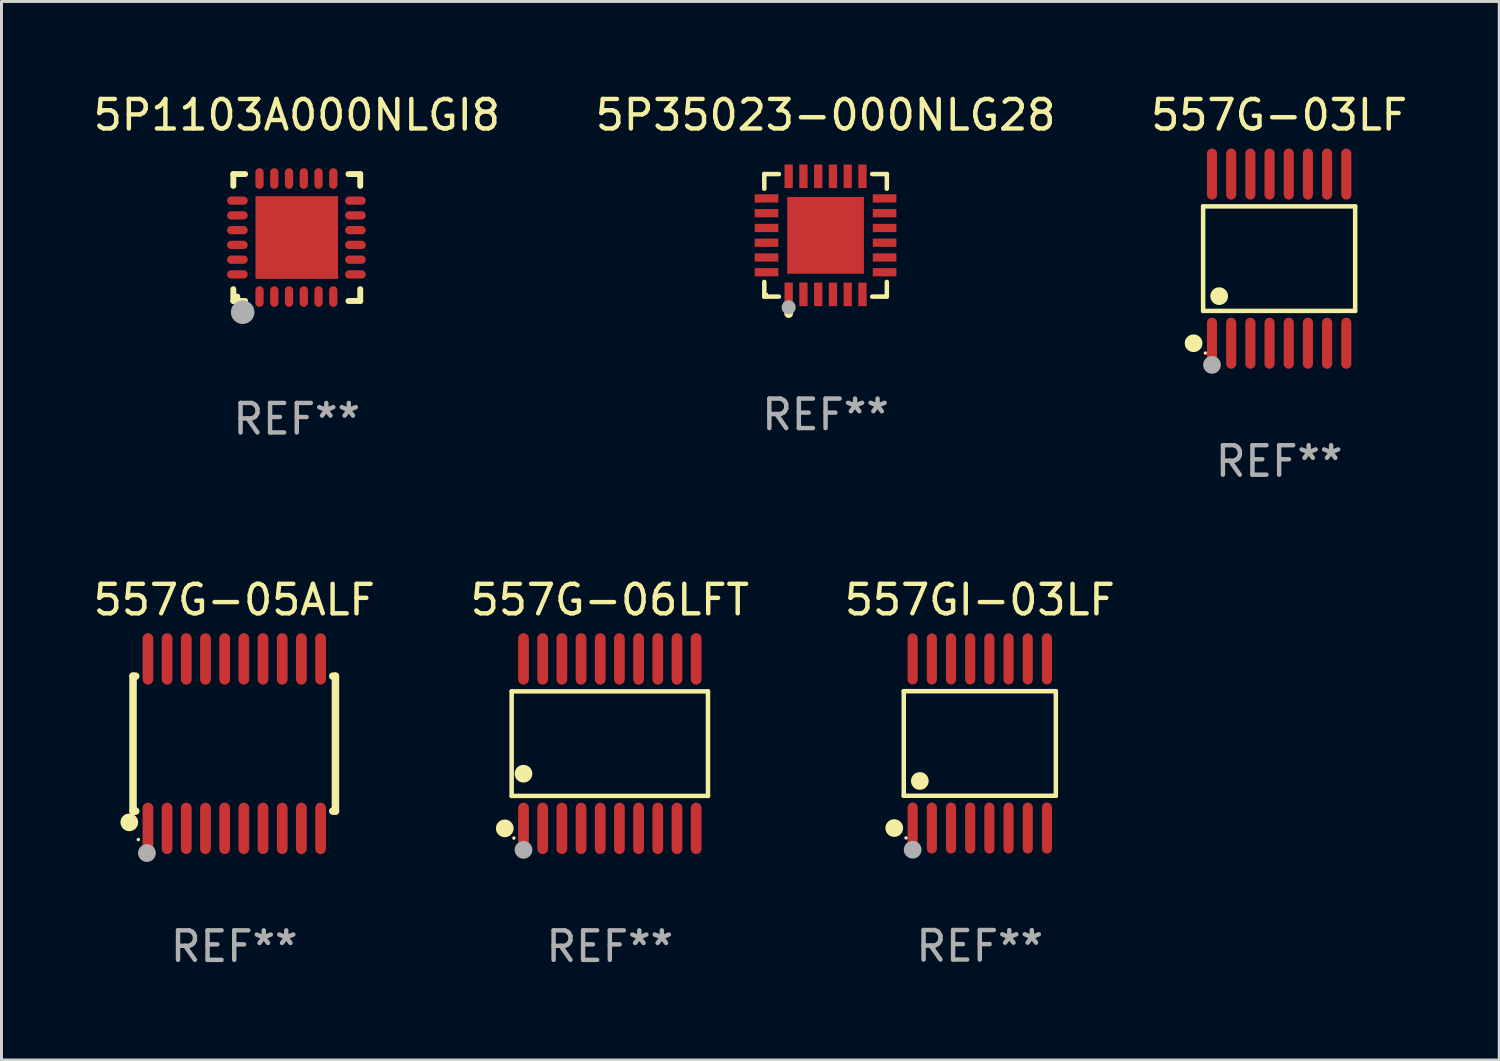
<source format=kicad_pcb>
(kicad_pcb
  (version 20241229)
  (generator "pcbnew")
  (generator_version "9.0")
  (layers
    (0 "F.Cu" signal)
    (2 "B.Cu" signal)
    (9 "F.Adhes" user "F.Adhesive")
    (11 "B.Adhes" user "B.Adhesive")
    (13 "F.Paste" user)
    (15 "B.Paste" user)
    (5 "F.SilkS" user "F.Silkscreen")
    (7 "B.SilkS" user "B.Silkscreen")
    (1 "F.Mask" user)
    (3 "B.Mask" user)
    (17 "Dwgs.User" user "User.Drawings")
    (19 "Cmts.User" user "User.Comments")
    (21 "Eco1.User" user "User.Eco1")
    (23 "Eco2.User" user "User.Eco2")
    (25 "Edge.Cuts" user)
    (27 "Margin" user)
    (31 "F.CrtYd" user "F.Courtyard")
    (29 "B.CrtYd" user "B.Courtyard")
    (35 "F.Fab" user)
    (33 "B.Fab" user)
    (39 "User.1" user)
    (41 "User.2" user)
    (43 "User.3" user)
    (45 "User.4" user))
  (footprint "557G-03LF"
    (layer "F.Cu")
    (at 40.292 5.714)
    (property "Reference" "557G-03LF" (at 0 -4.866 0) (layer "F.SilkS") (effects (font (size 1 1) (thickness 0.15))))
    (attr through_hole)
    (fp_line (start -2.576 -1.772) (end 2.576 -1.772) (stroke (width 0.152) (type solid)) (layer "F.SilkS"))
    (fp_line (start -2.576 1.771) (end -2.576 -1.772) (stroke (width 0.152) (type solid)) (layer "F.SilkS"))
    (fp_line (start 2.576 -1.772) (end 2.576 1.771) (stroke (width 0.152) (type solid)) (layer "F.SilkS"))
    (fp_line (start 2.576 1.771) (end -2.576 1.771) (stroke (width 0.152) (type solid)) (layer "F.SilkS"))
    (fp_circle (center -2.899 2.866) (end -2.749 2.866) (stroke (width 0.3) (type solid)) (fill no) (layer "F.SilkS"))
    (fp_circle (center -2.5 3.2) (end -2.47 3.2) (stroke (width 0.06) (type solid)) (fill no) (layer "F.SilkS"))
    (fp_circle (center -2.032 1.27) (end -1.882 1.27) (stroke (width 0.3) (type solid)) (fill no) (layer "F.SilkS"))
    (fp_circle (center -2.275 3.6) (end -2.125 3.6) (stroke (width 0.3) (type solid)) (fill no) (layer "F.Fab"))
    (fp_text user "REF**" (at 0 6.866 0) (layer "F.Fab") (effects (font (size 1 1) (thickness 0.15))))
    (pad "1" smd oval (at -2.275 2.866) (size 0.343 1.731) (layers "F.Cu" "F.Mask" "F.Paste"))
    (pad "2" smd oval (at -1.625 2.866) (size 0.343 1.731) (layers "F.Cu" "F.Mask" "F.Paste"))
    (pad "3" smd oval (at -0.975 2.866) (size 0.343 1.731) (layers "F.Cu" "F.Mask" "F.Paste"))
    (pad "4" smd oval (at -0.325 2.866) (size 0.343 1.731) (layers "F.Cu" "F.Mask" "F.Paste"))
    (pad "5" smd oval (at 0.325 2.866) (size 0.343 1.731) (layers "F.Cu" "F.Mask" "F.Paste"))
    (pad "6" smd oval (at 0.975 2.866) (size 0.343 1.731) (layers "F.Cu" "F.Mask" "F.Paste"))
    (pad "7" smd oval (at 1.625 2.866) (size 0.343 1.731) (layers "F.Cu" "F.Mask" "F.Paste"))
    (pad "8" smd oval (at 2.275 2.866) (size 0.343 1.731) (layers "F.Cu" "F.Mask" "F.Paste"))
    (pad "9" smd oval (at 2.275 -2.866) (size 0.343 1.731) (layers "F.Cu" "F.Mask" "F.Paste"))
    (pad "10" smd oval (at 1.625 -2.866) (size 0.343 1.731) (layers "F.Cu" "F.Mask" "F.Paste"))
    (pad "11" smd oval (at 0.975 -2.866) (size 0.343 1.731) (layers "F.Cu" "F.Mask" "F.Paste"))
    (pad "12" smd oval (at 0.325 -2.866) (size 0.343 1.731) (layers "F.Cu" "F.Mask" "F.Paste"))
    (pad "13" smd oval (at -0.325 -2.866) (size 0.343 1.731) (layers "F.Cu" "F.Mask" "F.Paste"))
    (pad "14" smd oval (at -0.975 -2.866) (size 0.343 1.731) (layers "F.Cu" "F.Mask" "F.Paste"))
    (pad "15" smd oval (at -1.625 -2.866) (size 0.343 1.731) (layers "F.Cu" "F.Mask" "F.Paste"))
    (pad "16" smd oval (at -2.275 -2.866) (size 0.343 1.731) (layers "F.Cu" "F.Mask" "F.Paste")))
  (footprint "5P35023-000NLG28"
    (layer "F.Cu")
    (at 24.923 4.924)
    (property "Reference" "5P35023-000NLG28" (at 0 -4.076 0) (layer "F.SilkS") (effects (font (size 1 1) (thickness 0.15))))
    (attr through_hole)
    (fp_line (start -2.076 -2.076) (end -1.58 -2.076) (stroke (width 0.152) (type solid)) (layer "F.SilkS"))
    (fp_line (start -2.076 -1.58) (end -2.076 -2.076) (stroke (width 0.152) (type solid)) (layer "F.SilkS"))
    (fp_line (start -2.076 1.58) (end -2.076 2.076) (stroke (width 0.152) (type solid)) (layer "F.SilkS"))
    (fp_line (start -2.076 2.076) (end -1.58 2.076) (stroke (width 0.152) (type solid)) (layer "F.SilkS"))
    (fp_line (start 2.076 -2.076) (end 1.58 -2.076) (stroke (width 0.152) (type solid)) (layer "F.SilkS"))
    (fp_line (start 2.076 -1.58) (end 2.076 -2.076) (stroke (width 0.152) (type solid)) (layer "F.SilkS"))
    (fp_line (start 2.076 1.58) (end 2.076 2.076) (stroke (width 0.152) (type solid)) (layer "F.SilkS"))
    (fp_line (start 2.076 2.076) (end 1.58 2.076) (stroke (width 0.152) (type solid)) (layer "F.SilkS"))
    (fp_circle (center -2 2) (end -1.97 2) (stroke (width 0.06) (type solid)) (fill no) (layer "F.SilkS"))
    (fp_circle (center -1.25 2.65) (end -1.175 2.65) (stroke (width 0.15) (type solid)) (fill no) (layer "F.SilkS"))
    (fp_circle (center -1.25 2.44) (end -1.13 2.44) (stroke (width 0.24) (type solid)) (fill no) (layer "F.Fab"))
    (fp_text user "REF**" (at 0 6.076 0) (layer "F.Fab") (effects (font (size 1 1) (thickness 0.15))))
    (pad "1" smd rect (at -1.25 2) (size 0.28 0.8) (layers "F.Cu" "F.Mask" "F.Paste"))
    (pad "2" smd rect (at -0.75 2) (size 0.28 0.8) (layers "F.Cu" "F.Mask" "F.Paste"))
    (pad "3" smd rect (at -0.25 2) (size 0.28 0.8) (layers "F.Cu" "F.Mask" "F.Paste"))
    (pad "4" smd rect (at 0.25 2) (size 0.28 0.8) (layers "F.Cu" "F.Mask" "F.Paste"))
    (pad "5" smd rect (at 0.75 2) (size 0.28 0.8) (layers "F.Cu" "F.Mask" "F.Paste"))
    (pad "6" smd rect (at 1.25 2) (size 0.28 0.8) (layers "F.Cu" "F.Mask" "F.Paste"))
    (pad "7" smd rect (at 2 1.25) (size 0.8 0.28) (layers "F.Cu" "F.Mask" "F.Paste"))
    (pad "8" smd rect (at 2 0.75) (size 0.8 0.28) (layers "F.Cu" "F.Mask" "F.Paste"))
    (pad "9" smd rect (at 2 0.25) (size 0.8 0.28) (layers "F.Cu" "F.Mask" "F.Paste"))
    (pad "10" smd rect (at 2 -0.25) (size 0.8 0.28) (layers "F.Cu" "F.Mask" "F.Paste"))
    (pad "11" smd rect (at 2 -0.75) (size 0.8 0.28) (layers "F.Cu" "F.Mask" "F.Paste"))
    (pad "12" smd rect (at 2 -1.25) (size 0.8 0.28) (layers "F.Cu" "F.Mask" "F.Paste"))
    (pad "13" smd rect (at 1.25 -2) (size 0.28 0.8) (layers "F.Cu" "F.Mask" "F.Paste"))
    (pad "14" smd rect (at 0.75 -2) (size 0.28 0.8) (layers "F.Cu" "F.Mask" "F.Paste"))
    (pad "15" smd rect (at 0.25 -2) (size 0.28 0.8) (layers "F.Cu" "F.Mask" "F.Paste"))
    (pad "16" smd rect (at -0.25 -2) (size 0.28 0.8) (layers "F.Cu" "F.Mask" "F.Paste"))
    (pad "17" smd rect (at -0.75 -2) (size 0.28 0.8) (layers "F.Cu" "F.Mask" "F.Paste"))
    (pad "18" smd rect (at -1.25 -2) (size 0.28 0.8) (layers "F.Cu" "F.Mask" "F.Paste"))
    (pad "19" smd rect (at -2 -1.25) (size 0.8 0.28) (layers "F.Cu" "F.Mask" "F.Paste"))
    (pad "20" smd rect (at -2 -0.75) (size 0.8 0.28) (layers "F.Cu" "F.Mask" "F.Paste"))
    (pad "21" smd rect (at -2 -0.25) (size 0.8 0.28) (layers "F.Cu" "F.Mask" "F.Paste"))
    (pad "22" smd rect (at -2 0.25) (size 0.8 0.28) (layers "F.Cu" "F.Mask" "F.Paste"))
    (pad "23" smd rect (at -2 0.75) (size 0.8 0.28) (layers "F.Cu" "F.Mask" "F.Paste"))
    (pad "24" smd rect (at -2 1.25) (size 0.8 0.28) (layers "F.Cu" "F.Mask" "F.Paste"))
    (pad "25" smd rect (at 0 0) (size 2.6 2.6) (layers "F.Cu" "F.Mask" "F.Paste")))
  (footprint "557G-05ALF"
    (layer "F.Cu")
    (at 4.887 22.147)
    (property "Reference" "557G-05ALF" (at 0 -4.871 0) (layer "F.SilkS") (effects (font (size 1 1) (thickness 0.15))))
    (attr through_hole)
    (fp_line (start -3.429 -2.286) (end -3.429 2.286) (stroke (width 0.254) (type solid)) (layer "F.SilkS"))
    (fp_line (start -3.429 2.286) (end -3.338 2.286) (stroke (width 0.254) (type solid)) (layer "F.SilkS"))
    (fp_line (start -3.338 -2.286) (end -3.429 -2.286) (stroke (width 0.254) (type solid)) (layer "F.SilkS"))
    (fp_line (start 3.338 -2.286) (end 3.429 -2.286) (stroke (width 0.254) (type solid)) (layer "F.SilkS"))
    (fp_line (start 3.429 -2.286) (end 3.429 2.286) (stroke (width 0.254) (type solid)) (layer "F.SilkS"))
    (fp_line (start 3.429 2.286) (end 3.338 2.286) (stroke (width 0.254) (type solid)) (layer "F.SilkS"))
    (fp_circle (center -3.556 2.667) (end -3.406 2.667) (stroke (width 0.3) (type solid)) (fill no) (layer "F.SilkS"))
    (fp_circle (center -3.25 3.25) (end -3.22 3.25) (stroke (width 0.06) (type solid)) (fill no) (layer "F.SilkS"))
    (fp_circle (center -2.959 3.707) (end -2.808 3.707) (stroke (width 0.3) (type solid)) (fill no) (layer "F.Fab"))
    (fp_text user "REF**" (at 0 6.871 0) (layer "F.Fab") (effects (font (size 1 1) (thickness 0.15))))
    (pad "1" smd oval (at -2.925 2.871) (size 0.364 1.742) (layers "F.Cu" "F.Mask" "F.Paste"))
    (pad "2" smd oval (at -2.275 2.871) (size 0.364 1.742) (layers "F.Cu" "F.Mask" "F.Paste"))
    (pad "3" smd oval (at -1.625 2.871) (size 0.364 1.742) (layers "F.Cu" "F.Mask" "F.Paste"))
    (pad "4" smd oval (at -0.975 2.871) (size 0.364 1.742) (layers "F.Cu" "F.Mask" "F.Paste"))
    (pad "5" smd oval (at -0.325 2.871) (size 0.364 1.742) (layers "F.Cu" "F.Mask" "F.Paste"))
    (pad "6" smd oval (at 0.325 2.871) (size 0.364 1.742) (layers "F.Cu" "F.Mask" "F.Paste"))
    (pad "7" smd oval (at 0.975 2.871) (size 0.364 1.742) (layers "F.Cu" "F.Mask" "F.Paste"))
    (pad "8" smd oval (at 1.625 2.871) (size 0.364 1.742) (layers "F.Cu" "F.Mask" "F.Paste"))
    (pad "9" smd oval (at 2.275 2.871) (size 0.364 1.742) (layers "F.Cu" "F.Mask" "F.Paste"))
    (pad "10" smd oval (at 2.925 2.871) (size 0.364 1.742) (layers "F.Cu" "F.Mask" "F.Paste"))
    (pad "11" smd oval (at 2.925 -2.871) (size 0.364 1.742) (layers "F.Cu" "F.Mask" "F.Paste"))
    (pad "12" smd oval (at 2.275 -2.871) (size 0.364 1.742) (layers "F.Cu" "F.Mask" "F.Paste"))
    (pad "13" smd oval (at 1.625 -2.871) (size 0.364 1.742) (layers "F.Cu" "F.Mask" "F.Paste"))
    (pad "14" smd oval (at 0.975 -2.871) (size 0.364 1.742) (layers "F.Cu" "F.Mask" "F.Paste"))
    (pad "15" smd oval (at 0.325 -2.871) (size 0.364 1.742) (layers "F.Cu" "F.Mask" "F.Paste"))
    (pad "16" smd oval (at -0.325 -2.871) (size 0.364 1.742) (layers "F.Cu" "F.Mask" "F.Paste"))
    (pad "17" smd oval (at -0.975 -2.871) (size 0.364 1.742) (layers "F.Cu" "F.Mask" "F.Paste"))
    (pad "18" smd oval (at -1.625 -2.871) (size 0.364 1.742) (layers "F.Cu" "F.Mask" "F.Paste"))
    (pad "19" smd oval (at -2.275 -2.871) (size 0.364 1.742) (layers "F.Cu" "F.Mask" "F.Paste"))
    (pad "20" smd oval (at -2.925 -2.871) (size 0.364 1.742) (layers "F.Cu" "F.Mask" "F.Paste")))
  (footprint "557G-06LFT"
    (layer "F.Cu")
    (at 17.613 22.147)
    (property "Reference" "557G-06LFT" (at 0 -4.871 0) (layer "F.SilkS") (effects (font (size 1 1) (thickness 0.15))))
    (attr through_hole)
    (fp_line (start -3.326 -1.771) (end 3.326 -1.771) (stroke (width 0.152) (type solid)) (layer "F.SilkS"))
    (fp_line (start -3.326 1.771) (end -3.326 -1.771) (stroke (width 0.152) (type solid)) (layer "F.SilkS"))
    (fp_line (start 3.326 -1.771) (end 3.326 1.771) (stroke (width 0.152) (type solid)) (layer "F.SilkS"))
    (fp_line (start 3.326 1.771) (end -3.326 1.771) (stroke (width 0.152) (type solid)) (layer "F.SilkS"))
    (fp_circle (center -3.559 2.871) (end -3.409 2.871) (stroke (width 0.3) (type solid)) (fill no) (layer "F.SilkS"))
    (fp_circle (center -3.25 3.2) (end -3.22 3.2) (stroke (width 0.06) (type solid)) (fill no) (layer "F.SilkS"))
    (fp_circle (center -2.925 1.019) (end -2.775 1.019) (stroke (width 0.3) (type solid)) (fill no) (layer "F.SilkS"))
    (fp_circle (center -2.925 3.6) (end -2.775 3.6) (stroke (width 0.3) (type solid)) (fill no) (layer "F.Fab"))
    (fp_text user "REF**" (at 0 6.871 0) (layer "F.Fab") (effects (font (size 1 1) (thickness 0.15))))
    (pad "1" smd oval (at -2.925 2.871) (size 0.364 1.742) (layers "F.Cu" "F.Mask" "F.Paste"))
    (pad "2" smd oval (at -2.275 2.871) (size 0.364 1.742) (layers "F.Cu" "F.Mask" "F.Paste"))
    (pad "3" smd oval (at -1.625 2.871) (size 0.364 1.742) (layers "F.Cu" "F.Mask" "F.Paste"))
    (pad "4" smd oval (at -0.975 2.871) (size 0.364 1.742) (layers "F.Cu" "F.Mask" "F.Paste"))
    (pad "5" smd oval (at -0.325 2.871) (size 0.364 1.742) (layers "F.Cu" "F.Mask" "F.Paste"))
    (pad "6" smd oval (at 0.325 2.871) (size 0.364 1.742) (layers "F.Cu" "F.Mask" "F.Paste"))
    (pad "7" smd oval (at 0.975 2.871) (size 0.364 1.742) (layers "F.Cu" "F.Mask" "F.Paste"))
    (pad "8" smd oval (at 1.625 2.871) (size 0.364 1.742) (layers "F.Cu" "F.Mask" "F.Paste"))
    (pad "9" smd oval (at 2.275 2.871) (size 0.364 1.742) (layers "F.Cu" "F.Mask" "F.Paste"))
    (pad "10" smd oval (at 2.925 2.871) (size 0.364 1.742) (layers "F.Cu" "F.Mask" "F.Paste"))
    (pad "11" smd oval (at 2.925 -2.871) (size 0.364 1.742) (layers "F.Cu" "F.Mask" "F.Paste"))
    (pad "12" smd oval (at 2.275 -2.871) (size 0.364 1.742) (layers "F.Cu" "F.Mask" "F.Paste"))
    (pad "13" smd oval (at 1.625 -2.871) (size 0.364 1.742) (layers "F.Cu" "F.Mask" "F.Paste"))
    (pad "14" smd oval (at 0.975 -2.871) (size 0.364 1.742) (layers "F.Cu" "F.Mask" "F.Paste"))
    (pad "15" smd oval (at 0.325 -2.871) (size 0.364 1.742) (layers "F.Cu" "F.Mask" "F.Paste"))
    (pad "16" smd oval (at -0.325 -2.871) (size 0.364 1.742) (layers "F.Cu" "F.Mask" "F.Paste"))
    (pad "17" smd oval (at -0.975 -2.871) (size 0.364 1.742) (layers "F.Cu" "F.Mask" "F.Paste"))
    (pad "18" smd oval (at -1.625 -2.871) (size 0.364 1.742) (layers "F.Cu" "F.Mask" "F.Paste"))
    (pad "19" smd oval (at -2.275 -2.871) (size 0.364 1.742) (layers "F.Cu" "F.Mask" "F.Paste"))
    (pad "20" smd oval (at -2.925 -2.871) (size 0.364 1.742) (layers "F.Cu" "F.Mask" "F.Paste")))
  (footprint "557GI-03LF"
    (layer "F.Cu")
    (at 30.149 22.142)
    (property "Reference" "557GI-03LF" (at 0 -4.866 0) (layer "F.SilkS") (effects (font (size 1 1) (thickness 0.15))))
    (attr through_hole)
    (fp_line (start -2.576 -1.772) (end 2.576 -1.772) (stroke (width 0.152) (type solid)) (layer "F.SilkS"))
    (fp_line (start -2.576 1.771) (end -2.576 -1.772) (stroke (width 0.152) (type solid)) (layer "F.SilkS"))
    (fp_line (start 2.576 -1.772) (end 2.576 1.771) (stroke (width 0.152) (type solid)) (layer "F.SilkS"))
    (fp_line (start 2.576 1.771) (end -2.576 1.771) (stroke (width 0.152) (type solid)) (layer "F.SilkS"))
    (fp_circle (center -2.899 2.866) (end -2.749 2.866) (stroke (width 0.3) (type solid)) (fill no) (layer "F.SilkS"))
    (fp_circle (center -2.5 3.2) (end -2.47 3.2) (stroke (width 0.06) (type solid)) (fill no) (layer "F.SilkS"))
    (fp_circle (center -2.032 1.27) (end -1.882 1.27) (stroke (width 0.3) (type solid)) (fill no) (layer "F.SilkS"))
    (fp_circle (center -2.275 3.6) (end -2.125 3.6) (stroke (width 0.3) (type solid)) (fill no) (layer "F.Fab"))
    (fp_text user "REF**" (at 0 6.866 0) (layer "F.Fab") (effects (font (size 1 1) (thickness 0.15))))
    (pad "1" smd oval (at -2.275 2.866) (size 0.343 1.731) (layers "F.Cu" "F.Mask" "F.Paste"))
    (pad "2" smd oval (at -1.625 2.866) (size 0.343 1.731) (layers "F.Cu" "F.Mask" "F.Paste"))
    (pad "3" smd oval (at -0.975 2.866) (size 0.343 1.731) (layers "F.Cu" "F.Mask" "F.Paste"))
    (pad "4" smd oval (at -0.325 2.866) (size 0.343 1.731) (layers "F.Cu" "F.Mask" "F.Paste"))
    (pad "5" smd oval (at 0.325 2.866) (size 0.343 1.731) (layers "F.Cu" "F.Mask" "F.Paste"))
    (pad "6" smd oval (at 0.975 2.866) (size 0.343 1.731) (layers "F.Cu" "F.Mask" "F.Paste"))
    (pad "7" smd oval (at 1.625 2.866) (size 0.343 1.731) (layers "F.Cu" "F.Mask" "F.Paste"))
    (pad "8" smd oval (at 2.275 2.866) (size 0.343 1.731) (layers "F.Cu" "F.Mask" "F.Paste"))
    (pad "9" smd oval (at 2.275 -2.866) (size 0.343 1.731) (layers "F.Cu" "F.Mask" "F.Paste"))
    (pad "10" smd oval (at 1.625 -2.866) (size 0.343 1.731) (layers "F.Cu" "F.Mask" "F.Paste"))
    (pad "11" smd oval (at 0.975 -2.866) (size 0.343 1.731) (layers "F.Cu" "F.Mask" "F.Paste"))
    (pad "12" smd oval (at 0.325 -2.866) (size 0.343 1.731) (layers "F.Cu" "F.Mask" "F.Paste"))
    (pad "13" smd oval (at -0.325 -2.866) (size 0.343 1.731) (layers "F.Cu" "F.Mask" "F.Paste"))
    (pad "14" smd oval (at -0.975 -2.866) (size 0.343 1.731) (layers "F.Cu" "F.Mask" "F.Paste"))
    (pad "15" smd oval (at -1.625 -2.866) (size 0.343 1.731) (layers "F.Cu" "F.Mask" "F.Paste"))
    (pad "16" smd oval (at -2.275 -2.866) (size 0.343 1.731) (layers "F.Cu" "F.Mask" "F.Paste")))
  (footprint "5P1103A000NLGI8"
    (layer "F.Cu")
    (at 7.006 4.998)
    (property "Reference" "5P1103A000NLGI8" (at 0 -4.15 0) (layer "F.SilkS") (effects (font (size 1 1) (thickness 0.15))))
    (attr through_hole)
    (fp_line (start -2.15 -2.15) (end -1.75 -2.15) (stroke (width 0.2) (type solid)) (layer "F.SilkS"))
    (fp_line (start -2.15 -1.75) (end -2.15 -2.15) (stroke (width 0.2) (type solid)) (layer "F.SilkS"))
    (fp_line (start -2.15 2.15) (end -2.15 1.75) (stroke (width 0.2) (type solid)) (layer "F.SilkS"))
    (fp_line (start -1.75 2.15) (end -2.15 2.15) (stroke (width 0.2) (type solid)) (layer "F.SilkS"))
    (fp_line (start 2.15 -2.15) (end 1.75 -2.15) (stroke (width 0.2) (type solid)) (layer "F.SilkS"))
    (fp_line (start 2.15 -1.75) (end 2.15 -2.15) (stroke (width 0.2) (type solid)) (layer "F.SilkS"))
    (fp_line (start 2.15 1.75) (end 2.15 2.15) (stroke (width 0.2) (type solid)) (layer "F.SilkS"))
    (fp_line (start 2.15 2.15) (end 1.75 2.15) (stroke (width 0.2) (type solid)) (layer "F.SilkS"))
    (fp_circle (center -2.013 2) (end -1.963 2) (stroke (width 0.1) (type solid)) (fill no) (layer "F.SilkS"))
    (fp_circle (center -1.833 2.53) (end -1.633 2.53) (stroke (width 0.4) (type solid)) (fill no) (layer "F.Fab"))
    (fp_text user "REF**" (at 0 6.15 0) (layer "F.Fab") (effects (font (size 1 1) (thickness 0.15))))
    (pad "1" smd oval (at -1.263 2 180) (size 0.28 0.7) (layers "F.Cu" "F.Mask" "F.Paste"))
    (pad "2" smd oval (at -0.763 2 180) (size 0.28 0.7) (layers "F.Cu" "F.Mask" "F.Paste"))
    (pad "3" smd oval (at -0.263 2 180) (size 0.28 0.7) (layers "F.Cu" "F.Mask" "F.Paste"))
    (pad "4" smd oval (at 0.237 2 180) (size 0.28 0.7) (layers "F.Cu" "F.Mask" "F.Paste"))
    (pad "5" smd oval (at 0.737 2 180) (size 0.28 0.7) (layers "F.Cu" "F.Mask" "F.Paste"))
    (pad "6" smd oval (at 1.237 2 180) (size 0.28 0.7) (layers "F.Cu" "F.Mask" "F.Paste"))
    (pad "7" smd oval (at 1.987 1.25 90) (size 0.28 0.7) (layers "F.Cu" "F.Mask" "F.Paste"))
    (pad "8" smd oval (at 1.987 0.75 90) (size 0.28 0.7) (layers "F.Cu" "F.Mask" "F.Paste"))
    (pad "9" smd oval (at 1.987 0.25 90) (size 0.28 0.7) (layers "F.Cu" "F.Mask" "F.Paste"))
    (pad "10" smd oval (at 1.987 -0.25 90) (size 0.28 0.7) (layers "F.Cu" "F.Mask" "F.Paste"))
    (pad "11" smd oval (at 1.987 -0.75 90) (size 0.28 0.7) (layers "F.Cu" "F.Mask" "F.Paste"))
    (pad "12" smd oval (at 1.987 -1.25 90) (size 0.28 0.7) (layers "F.Cu" "F.Mask" "F.Paste"))
    (pad "13" smd oval (at 1.237 -2 180) (size 0.28 0.7) (layers "F.Cu" "F.Mask" "F.Paste"))
    (pad "14" smd oval (at 0.737 -2 180) (size 0.28 0.7) (layers "F.Cu" "F.Mask" "F.Paste"))
    (pad "15" smd oval (at 0.237 -2 180) (size 0.28 0.7) (layers "F.Cu" "F.Mask" "F.Paste"))
    (pad "16" smd oval (at -0.263 -2 180) (size 0.28 0.7) (layers "F.Cu" "F.Mask" "F.Paste"))
    (pad "17" smd oval (at -0.763 -2 180) (size 0.28 0.7) (layers "F.Cu" "F.Mask" "F.Paste"))
    (pad "18" smd oval (at -1.263 -2 180) (size 0.28 0.7) (layers "F.Cu" "F.Mask" "F.Paste"))
    (pad "19" smd oval (at -2.013 -1.25 90) (size 0.28 0.7) (layers "F.Cu" "F.Mask" "F.Paste"))
    (pad "20" smd oval (at -2.013 -0.75 90) (size 0.28 0.7) (layers "F.Cu" "F.Mask" "F.Paste"))
    (pad "21" smd oval (at -2.013 -0.25 90) (size 0.28 0.7) (layers "F.Cu" "F.Mask" "F.Paste"))
    (pad "22" smd oval (at -2.013 0.25 90) (size 0.28 0.7) (layers "F.Cu" "F.Mask" "F.Paste"))
    (pad "23" smd oval (at -2.013 0.75 90) (size 0.28 0.7) (layers "F.Cu" "F.Mask" "F.Paste"))
    (pad "24" smd oval (at -2.013 1.25 90) (size 0.28 0.7) (layers "F.Cu" "F.Mask" "F.Paste"))
    (pad "25" smd rect (at -0.000013 0 90) (size 2.8 2.8) (layers "F.Cu" "F.Mask" "F.Paste")))
  (gr_rect
    (start -3 -3)
    (end 47.75 32.866)
    (stroke (width 0.1) (type default))
    (fill no)
    (layer "Edge.Cuts")))
</source>
